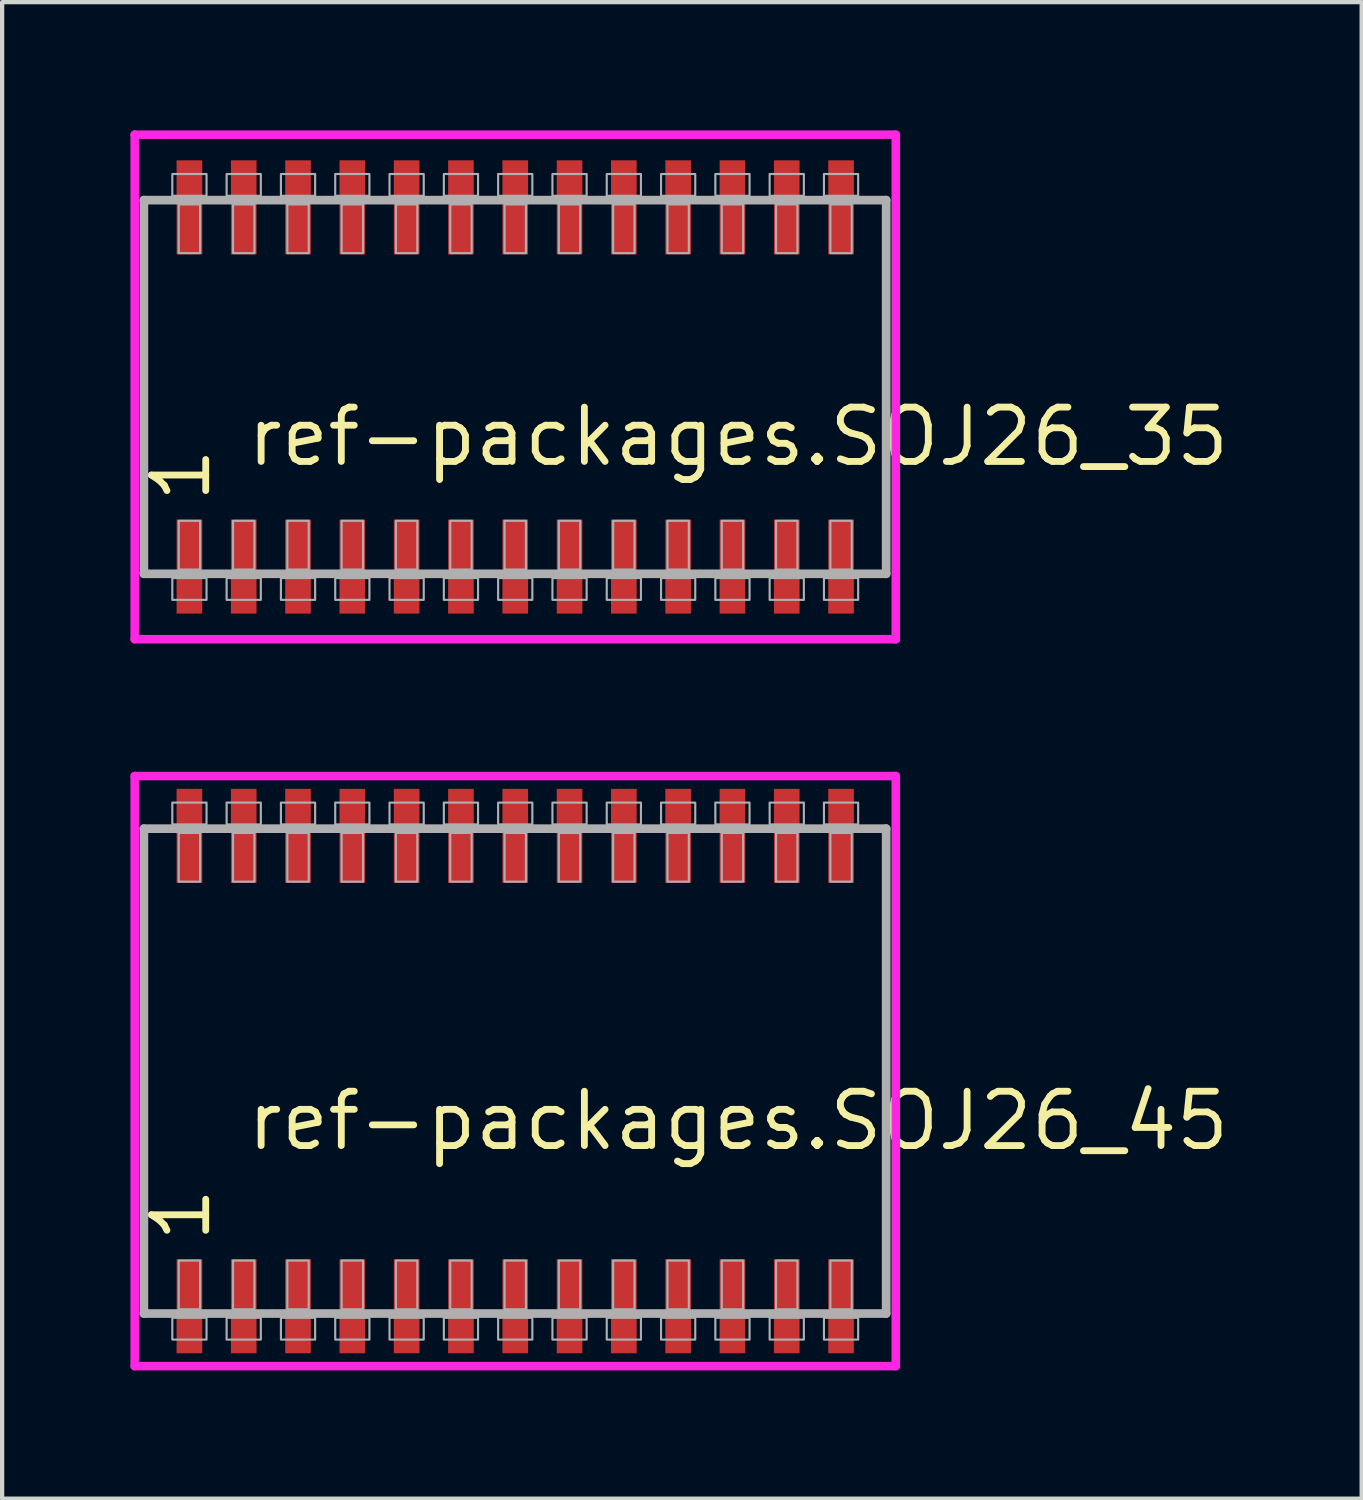
<source format=kicad_pcb>
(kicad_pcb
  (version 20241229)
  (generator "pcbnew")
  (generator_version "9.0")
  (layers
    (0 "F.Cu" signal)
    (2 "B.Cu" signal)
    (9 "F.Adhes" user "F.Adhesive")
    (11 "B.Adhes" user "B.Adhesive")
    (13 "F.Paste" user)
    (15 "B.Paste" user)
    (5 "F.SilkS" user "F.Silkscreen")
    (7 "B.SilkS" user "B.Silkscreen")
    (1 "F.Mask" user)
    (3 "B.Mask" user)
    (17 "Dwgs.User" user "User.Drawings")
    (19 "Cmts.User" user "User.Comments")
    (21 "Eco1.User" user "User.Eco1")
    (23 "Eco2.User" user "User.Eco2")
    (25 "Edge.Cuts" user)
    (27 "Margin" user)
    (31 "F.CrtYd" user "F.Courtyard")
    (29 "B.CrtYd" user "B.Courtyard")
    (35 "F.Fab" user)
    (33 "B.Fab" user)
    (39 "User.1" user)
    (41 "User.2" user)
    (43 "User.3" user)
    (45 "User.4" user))
  (footprint "ref-packages.SOJ26_35"
    (layer "F.Cu")
    (at 9 6)
    (property "Reference" "ref-packages.SOJ26_35" (at -6.35 1.905 0) (layer "F.SilkS") (effects (font (size 1.27 1.27) (thickness 0.16)) (justify left bottom)))
    (attr smd)
    (fp_line (start -8.9 -5.9) (end 8.9 -5.9) (stroke (width 0.2) (type default)) (layer "F.CrtYd"))
    (fp_line (start -8.9 5.9) (end -8.9 -5.9) (stroke (width 0.2) (type default)) (layer "F.CrtYd"))
    (fp_line (start 8.9 -5.9) (end 8.9 5.9) (stroke (width 0.2) (type default)) (layer "F.CrtYd"))
    (fp_line (start 8.9 5.9) (end -8.9 5.9) (stroke (width 0.2) (type default)) (layer "F.CrtYd"))
    (fp_line (start -8.685 -4.37) (end 8.675 -4.37) (stroke (width 0.203) (type default)) (layer "F.Fab"))
    (fp_line (start -8.685 4.37) (end -8.685 -4.37) (stroke (width 0.203) (type default)) (layer "F.Fab"))
    (fp_line (start 8.675 -4.37) (end 8.675 4.37) (stroke (width 0.203) (type default)) (layer "F.Fab"))
    (fp_line (start 8.675 4.37) (end -8.685 4.37) (stroke (width 0.203) (type default)) (layer "F.Fab"))
    (fp_rect (start -8.02 -4.47) (end -7.22 -4.98) (stroke (width 0.05) (type default)) (fill no) (layer "F.Fab"))
    (fp_rect (start -8.02 4.98) (end -7.22 4.47) (stroke (width 0.05) (type default)) (fill no) (layer "F.Fab"))
    (fp_rect (start -7.87 -3.13) (end -7.37 -4.27) (stroke (width 0.05) (type default)) (fill no) (layer "F.Fab"))
    (fp_rect (start -7.87 4.27) (end -7.37 3.13) (stroke (width 0.05) (type default)) (fill no) (layer "F.Fab"))
    (fp_rect (start -6.75 -4.47) (end -5.95 -4.98) (stroke (width 0.05) (type default)) (fill no) (layer "F.Fab"))
    (fp_rect (start -6.75 4.98) (end -5.95 4.47) (stroke (width 0.05) (type default)) (fill no) (layer "F.Fab"))
    (fp_rect (start -6.6 -3.13) (end -6.1 -4.27) (stroke (width 0.05) (type default)) (fill no) (layer "F.Fab"))
    (fp_rect (start -6.6 4.27) (end -6.1 3.13) (stroke (width 0.05) (type default)) (fill no) (layer "F.Fab"))
    (fp_rect (start -5.48 -4.47) (end -4.68 -4.98) (stroke (width 0.05) (type default)) (fill no) (layer "F.Fab"))
    (fp_rect (start -5.48 4.98) (end -4.68 4.47) (stroke (width 0.05) (type default)) (fill no) (layer "F.Fab"))
    (fp_rect (start -5.33 -3.13) (end -4.83 -4.27) (stroke (width 0.05) (type default)) (fill no) (layer "F.Fab"))
    (fp_rect (start -5.33 4.27) (end -4.83 3.13) (stroke (width 0.05) (type default)) (fill no) (layer "F.Fab"))
    (fp_rect (start -4.21 -4.47) (end -3.41 -4.98) (stroke (width 0.05) (type default)) (fill no) (layer "F.Fab"))
    (fp_rect (start -4.21 4.98) (end -3.41 4.47) (stroke (width 0.05) (type default)) (fill no) (layer "F.Fab"))
    (fp_rect (start -4.06 -3.13) (end -3.56 -4.27) (stroke (width 0.05) (type default)) (fill no) (layer "F.Fab"))
    (fp_rect (start -4.06 4.27) (end -3.56 3.13) (stroke (width 0.05) (type default)) (fill no) (layer "F.Fab"))
    (fp_rect (start -2.94 -4.47) (end -2.14 -4.98) (stroke (width 0.05) (type default)) (fill no) (layer "F.Fab"))
    (fp_rect (start -2.94 4.98) (end -2.14 4.47) (stroke (width 0.05) (type default)) (fill no) (layer "F.Fab"))
    (fp_rect (start -2.79 -3.13) (end -2.29 -4.27) (stroke (width 0.05) (type default)) (fill no) (layer "F.Fab"))
    (fp_rect (start -2.79 4.27) (end -2.29 3.13) (stroke (width 0.05) (type default)) (fill no) (layer "F.Fab"))
    (fp_rect (start -1.67 -4.47) (end -0.87 -4.98) (stroke (width 0.05) (type default)) (fill no) (layer "F.Fab"))
    (fp_rect (start -1.67 4.98) (end -0.87 4.47) (stroke (width 0.05) (type default)) (fill no) (layer "F.Fab"))
    (fp_rect (start -1.52 -3.13) (end -1.02 -4.27) (stroke (width 0.05) (type default)) (fill no) (layer "F.Fab"))
    (fp_rect (start -1.52 4.27) (end -1.02 3.13) (stroke (width 0.05) (type default)) (fill no) (layer "F.Fab"))
    (fp_rect (start -0.4 -4.47) (end 0.4 -4.98) (stroke (width 0.05) (type default)) (fill no) (layer "F.Fab"))
    (fp_rect (start -0.4 4.98) (end 0.4 4.47) (stroke (width 0.05) (type default)) (fill no) (layer "F.Fab"))
    (fp_rect (start -0.25 -3.13) (end 0.25 -4.27) (stroke (width 0.05) (type default)) (fill no) (layer "F.Fab"))
    (fp_rect (start -0.25 4.27) (end 0.25 3.13) (stroke (width 0.05) (type default)) (fill no) (layer "F.Fab"))
    (fp_rect (start 0.87 -4.47) (end 1.67 -4.98) (stroke (width 0.05) (type default)) (fill no) (layer "F.Fab"))
    (fp_rect (start 0.87 4.98) (end 1.67 4.47) (stroke (width 0.05) (type default)) (fill no) (layer "F.Fab"))
    (fp_rect (start 1.02 -3.13) (end 1.52 -4.27) (stroke (width 0.05) (type default)) (fill no) (layer "F.Fab"))
    (fp_rect (start 1.02 4.27) (end 1.52 3.13) (stroke (width 0.05) (type default)) (fill no) (layer "F.Fab"))
    (fp_rect (start 2.14 -4.47) (end 2.94 -4.98) (stroke (width 0.05) (type default)) (fill no) (layer "F.Fab"))
    (fp_rect (start 2.14 4.98) (end 2.94 4.47) (stroke (width 0.05) (type default)) (fill no) (layer "F.Fab"))
    (fp_rect (start 2.29 -3.13) (end 2.79 -4.27) (stroke (width 0.05) (type default)) (fill no) (layer "F.Fab"))
    (fp_rect (start 2.29 4.27) (end 2.79 3.13) (stroke (width 0.05) (type default)) (fill no) (layer "F.Fab"))
    (fp_rect (start 3.41 -4.47) (end 4.21 -4.98) (stroke (width 0.05) (type default)) (fill no) (layer "F.Fab"))
    (fp_rect (start 3.41 4.98) (end 4.21 4.47) (stroke (width 0.05) (type default)) (fill no) (layer "F.Fab"))
    (fp_rect (start 3.56 -3.13) (end 4.06 -4.27) (stroke (width 0.05) (type default)) (fill no) (layer "F.Fab"))
    (fp_rect (start 3.56 4.27) (end 4.06 3.13) (stroke (width 0.05) (type default)) (fill no) (layer "F.Fab"))
    (fp_rect (start 4.68 -4.47) (end 5.48 -4.98) (stroke (width 0.05) (type default)) (fill no) (layer "F.Fab"))
    (fp_rect (start 4.68 4.98) (end 5.48 4.47) (stroke (width 0.05) (type default)) (fill no) (layer "F.Fab"))
    (fp_rect (start 4.83 -3.13) (end 5.33 -4.27) (stroke (width 0.05) (type default)) (fill no) (layer "F.Fab"))
    (fp_rect (start 4.83 4.27) (end 5.33 3.13) (stroke (width 0.05) (type default)) (fill no) (layer "F.Fab"))
    (fp_rect (start 5.95 -4.47) (end 6.75 -4.98) (stroke (width 0.05) (type default)) (fill no) (layer "F.Fab"))
    (fp_rect (start 5.95 4.98) (end 6.75 4.47) (stroke (width 0.05) (type default)) (fill no) (layer "F.Fab"))
    (fp_rect (start 6.1 -3.13) (end 6.6 -4.27) (stroke (width 0.05) (type default)) (fill no) (layer "F.Fab"))
    (fp_rect (start 6.1 4.27) (end 6.6 3.13) (stroke (width 0.05) (type default)) (fill no) (layer "F.Fab"))
    (fp_rect (start 7.22 -4.47) (end 8.02 -4.98) (stroke (width 0.05) (type default)) (fill no) (layer "F.Fab"))
    (fp_rect (start 7.22 4.98) (end 8.02 4.47) (stroke (width 0.05) (type default)) (fill no) (layer "F.Fab"))
    (fp_rect (start 7.37 -3.13) (end 7.87 -4.27) (stroke (width 0.05) (type default)) (fill no) (layer "F.Fab"))
    (fp_rect (start 7.37 4.27) (end 7.87 3.13) (stroke (width 0.05) (type default)) (fill no) (layer "F.Fab"))
    (fp_text user "1" (at -7.075 2.77 90) (layer "F.SilkS") (effects (font (size 1.27 1.27) (thickness 0.16)) (justify left bottom)))
    (pad "1" smd roundrect (at -7.62 4.2) (size 0.6 2.2) (layers "F.Cu" "F.Mask" "F.Paste") (roundrect_rratio 0.01))
    (pad "2" smd roundrect (at -6.35 4.2) (size 0.6 2.2) (layers "F.Cu" "F.Mask" "F.Paste") (roundrect_rratio 0.01))
    (pad "3" smd roundrect (at -5.08 4.2) (size 0.6 2.2) (layers "F.Cu" "F.Mask" "F.Paste") (roundrect_rratio 0.01))
    (pad "4" smd roundrect (at -3.81 4.2) (size 0.6 2.2) (layers "F.Cu" "F.Mask" "F.Paste") (roundrect_rratio 0.01))
    (pad "5" smd roundrect (at -2.54 4.2) (size 0.6 2.2) (layers "F.Cu" "F.Mask" "F.Paste") (roundrect_rratio 0.01))
    (pad "6" smd roundrect (at -1.27 4.2) (size 0.6 2.2) (layers "F.Cu" "F.Mask" "F.Paste") (roundrect_rratio 0.01))
    (pad "7" smd roundrect (at 0 4.2) (size 0.6 2.2) (layers "F.Cu" "F.Mask" "F.Paste") (roundrect_rratio 0.01))
    (pad "8" smd roundrect (at 1.27 4.2) (size 0.6 2.2) (layers "F.Cu" "F.Mask" "F.Paste") (roundrect_rratio 0.01))
    (pad "9" smd roundrect (at 2.54 4.2) (size 0.6 2.2) (layers "F.Cu" "F.Mask" "F.Paste") (roundrect_rratio 0.01))
    (pad "10" smd roundrect (at 3.81 4.2) (size 0.6 2.2) (layers "F.Cu" "F.Mask" "F.Paste") (roundrect_rratio 0.01))
    (pad "11" smd roundrect (at 5.08 4.2) (size 0.6 2.2) (layers "F.Cu" "F.Mask" "F.Paste") (roundrect_rratio 0.01))
    (pad "12" smd roundrect (at 6.35 4.2) (size 0.6 2.2) (layers "F.Cu" "F.Mask" "F.Paste") (roundrect_rratio 0.01))
    (pad "13" smd roundrect (at 7.62 4.2) (size 0.6 2.2) (layers "F.Cu" "F.Mask" "F.Paste") (roundrect_rratio 0.01))
    (pad "14" smd roundrect (at 7.62 -4.2) (size 0.6 2.2) (layers "F.Cu" "F.Mask" "F.Paste") (roundrect_rratio 0.01))
    (pad "15" smd roundrect (at 6.35 -4.2) (size 0.6 2.2) (layers "F.Cu" "F.Mask" "F.Paste") (roundrect_rratio 0.01))
    (pad "16" smd roundrect (at 5.08 -4.2) (size 0.6 2.2) (layers "F.Cu" "F.Mask" "F.Paste") (roundrect_rratio 0.01))
    (pad "17" smd roundrect (at 3.81 -4.2) (size 0.6 2.2) (layers "F.Cu" "F.Mask" "F.Paste") (roundrect_rratio 0.01))
    (pad "18" smd roundrect (at 2.54 -4.2) (size 0.6 2.2) (layers "F.Cu" "F.Mask" "F.Paste") (roundrect_rratio 0.01))
    (pad "19" smd roundrect (at 1.27 -4.2) (size 0.6 2.2) (layers "F.Cu" "F.Mask" "F.Paste") (roundrect_rratio 0.01))
    (pad "20" smd roundrect (at 0 -4.2) (size 0.6 2.2) (layers "F.Cu" "F.Mask" "F.Paste") (roundrect_rratio 0.01))
    (pad "21" smd roundrect (at -1.27 -4.2) (size 0.6 2.2) (layers "F.Cu" "F.Mask" "F.Paste") (roundrect_rratio 0.01))
    (pad "22" smd roundrect (at -2.54 -4.2) (size 0.6 2.2) (layers "F.Cu" "F.Mask" "F.Paste") (roundrect_rratio 0.01))
    (pad "23" smd roundrect (at -3.81 -4.2) (size 0.6 2.2) (layers "F.Cu" "F.Mask" "F.Paste") (roundrect_rratio 0.01))
    (pad "24" smd roundrect (at -5.08 -4.2) (size 0.6 2.2) (layers "F.Cu" "F.Mask" "F.Paste") (roundrect_rratio 0.01))
    (pad "25" smd roundrect (at -6.35 -4.2) (size 0.6 2.2) (layers "F.Cu" "F.Mask" "F.Paste") (roundrect_rratio 0.01))
    (pad "26" smd roundrect (at -7.62 -4.2) (size 0.6 2.2) (layers "F.Cu" "F.Mask" "F.Paste") (roundrect_rratio 0.01)))
  (footprint "ref-packages.SOJ26_45"
    (layer "F.Cu")
    (at 9 22)
    (property "Reference" "ref-packages.SOJ26_45" (at -6.35 1.905 0) (layer "F.SilkS") (effects (font (size 1.27 1.27) (thickness 0.16)) (justify left bottom)))
    (attr smd)
    (fp_line (start -8.9 -6.9) (end 8.9 -6.9) (stroke (width 0.2) (type default)) (layer "F.CrtYd"))
    (fp_line (start -8.9 6.9) (end -8.9 -6.9) (stroke (width 0.2) (type default)) (layer "F.CrtYd"))
    (fp_line (start 8.9 -6.9) (end 8.9 6.9) (stroke (width 0.2) (type default)) (layer "F.CrtYd"))
    (fp_line (start 8.9 6.9) (end -8.9 6.9) (stroke (width 0.2) (type default)) (layer "F.CrtYd"))
    (fp_line (start -8.685 -5.67) (end 8.675 -5.67) (stroke (width 0.203) (type default)) (layer "F.Fab"))
    (fp_line (start -8.685 5.67) (end -8.685 -5.67) (stroke (width 0.203) (type default)) (layer "F.Fab"))
    (fp_line (start 8.675 -5.67) (end 8.675 5.67) (stroke (width 0.203) (type default)) (layer "F.Fab"))
    (fp_line (start 8.675 5.67) (end -8.685 5.67) (stroke (width 0.203) (type default)) (layer "F.Fab"))
    (fp_rect (start -8.02 -5.77) (end -7.22 -6.28) (stroke (width 0.05) (type default)) (fill no) (layer "F.Fab"))
    (fp_rect (start -8.02 6.28) (end -7.22 5.77) (stroke (width 0.05) (type default)) (fill no) (layer "F.Fab"))
    (fp_rect (start -7.87 -4.43) (end -7.37 -5.57) (stroke (width 0.05) (type default)) (fill no) (layer "F.Fab"))
    (fp_rect (start -7.87 5.57) (end -7.37 4.43) (stroke (width 0.05) (type default)) (fill no) (layer "F.Fab"))
    (fp_rect (start -6.75 -5.77) (end -5.95 -6.28) (stroke (width 0.05) (type default)) (fill no) (layer "F.Fab"))
    (fp_rect (start -6.75 6.28) (end -5.95 5.77) (stroke (width 0.05) (type default)) (fill no) (layer "F.Fab"))
    (fp_rect (start -6.6 -4.43) (end -6.1 -5.57) (stroke (width 0.05) (type default)) (fill no) (layer "F.Fab"))
    (fp_rect (start -6.6 5.57) (end -6.1 4.43) (stroke (width 0.05) (type default)) (fill no) (layer "F.Fab"))
    (fp_rect (start -5.48 -5.77) (end -4.68 -6.28) (stroke (width 0.05) (type default)) (fill no) (layer "F.Fab"))
    (fp_rect (start -5.48 6.28) (end -4.68 5.77) (stroke (width 0.05) (type default)) (fill no) (layer "F.Fab"))
    (fp_rect (start -5.33 -4.43) (end -4.83 -5.57) (stroke (width 0.05) (type default)) (fill no) (layer "F.Fab"))
    (fp_rect (start -5.33 5.57) (end -4.83 4.43) (stroke (width 0.05) (type default)) (fill no) (layer "F.Fab"))
    (fp_rect (start -4.21 -5.77) (end -3.41 -6.28) (stroke (width 0.05) (type default)) (fill no) (layer "F.Fab"))
    (fp_rect (start -4.21 6.28) (end -3.41 5.77) (stroke (width 0.05) (type default)) (fill no) (layer "F.Fab"))
    (fp_rect (start -4.06 -4.43) (end -3.56 -5.57) (stroke (width 0.05) (type default)) (fill no) (layer "F.Fab"))
    (fp_rect (start -4.06 5.57) (end -3.56 4.43) (stroke (width 0.05) (type default)) (fill no) (layer "F.Fab"))
    (fp_rect (start -2.94 -5.77) (end -2.14 -6.28) (stroke (width 0.05) (type default)) (fill no) (layer "F.Fab"))
    (fp_rect (start -2.94 6.28) (end -2.14 5.77) (stroke (width 0.05) (type default)) (fill no) (layer "F.Fab"))
    (fp_rect (start -2.79 -4.43) (end -2.29 -5.57) (stroke (width 0.05) (type default)) (fill no) (layer "F.Fab"))
    (fp_rect (start -2.79 5.57) (end -2.29 4.43) (stroke (width 0.05) (type default)) (fill no) (layer "F.Fab"))
    (fp_rect (start -1.67 -5.77) (end -0.87 -6.28) (stroke (width 0.05) (type default)) (fill no) (layer "F.Fab"))
    (fp_rect (start -1.67 6.28) (end -0.87 5.77) (stroke (width 0.05) (type default)) (fill no) (layer "F.Fab"))
    (fp_rect (start -1.52 -4.43) (end -1.02 -5.57) (stroke (width 0.05) (type default)) (fill no) (layer "F.Fab"))
    (fp_rect (start -1.52 5.57) (end -1.02 4.43) (stroke (width 0.05) (type default)) (fill no) (layer "F.Fab"))
    (fp_rect (start -0.4 -5.77) (end 0.4 -6.28) (stroke (width 0.05) (type default)) (fill no) (layer "F.Fab"))
    (fp_rect (start -0.4 6.28) (end 0.4 5.77) (stroke (width 0.05) (type default)) (fill no) (layer "F.Fab"))
    (fp_rect (start -0.25 -4.43) (end 0.25 -5.57) (stroke (width 0.05) (type default)) (fill no) (layer "F.Fab"))
    (fp_rect (start -0.25 5.57) (end 0.25 4.43) (stroke (width 0.05) (type default)) (fill no) (layer "F.Fab"))
    (fp_rect (start 0.87 -5.77) (end 1.67 -6.28) (stroke (width 0.05) (type default)) (fill no) (layer "F.Fab"))
    (fp_rect (start 0.87 6.28) (end 1.67 5.77) (stroke (width 0.05) (type default)) (fill no) (layer "F.Fab"))
    (fp_rect (start 1.02 -4.43) (end 1.52 -5.57) (stroke (width 0.05) (type default)) (fill no) (layer "F.Fab"))
    (fp_rect (start 1.02 5.57) (end 1.52 4.43) (stroke (width 0.05) (type default)) (fill no) (layer "F.Fab"))
    (fp_rect (start 2.14 -5.77) (end 2.94 -6.28) (stroke (width 0.05) (type default)) (fill no) (layer "F.Fab"))
    (fp_rect (start 2.14 6.28) (end 2.94 5.77) (stroke (width 0.05) (type default)) (fill no) (layer "F.Fab"))
    (fp_rect (start 2.29 -4.43) (end 2.79 -5.57) (stroke (width 0.05) (type default)) (fill no) (layer "F.Fab"))
    (fp_rect (start 2.29 5.57) (end 2.79 4.43) (stroke (width 0.05) (type default)) (fill no) (layer "F.Fab"))
    (fp_rect (start 3.41 -5.77) (end 4.21 -6.28) (stroke (width 0.05) (type default)) (fill no) (layer "F.Fab"))
    (fp_rect (start 3.41 6.28) (end 4.21 5.77) (stroke (width 0.05) (type default)) (fill no) (layer "F.Fab"))
    (fp_rect (start 3.56 -4.43) (end 4.06 -5.57) (stroke (width 0.05) (type default)) (fill no) (layer "F.Fab"))
    (fp_rect (start 3.56 5.57) (end 4.06 4.43) (stroke (width 0.05) (type default)) (fill no) (layer "F.Fab"))
    (fp_rect (start 4.68 -5.77) (end 5.48 -6.28) (stroke (width 0.05) (type default)) (fill no) (layer "F.Fab"))
    (fp_rect (start 4.68 6.28) (end 5.48 5.77) (stroke (width 0.05) (type default)) (fill no) (layer "F.Fab"))
    (fp_rect (start 4.83 -4.43) (end 5.33 -5.57) (stroke (width 0.05) (type default)) (fill no) (layer "F.Fab"))
    (fp_rect (start 4.83 5.57) (end 5.33 4.43) (stroke (width 0.05) (type default)) (fill no) (layer "F.Fab"))
    (fp_rect (start 5.95 -5.77) (end 6.75 -6.28) (stroke (width 0.05) (type default)) (fill no) (layer "F.Fab"))
    (fp_rect (start 5.95 6.28) (end 6.75 5.77) (stroke (width 0.05) (type default)) (fill no) (layer "F.Fab"))
    (fp_rect (start 6.1 -4.43) (end 6.6 -5.57) (stroke (width 0.05) (type default)) (fill no) (layer "F.Fab"))
    (fp_rect (start 6.1 5.57) (end 6.6 4.43) (stroke (width 0.05) (type default)) (fill no) (layer "F.Fab"))
    (fp_rect (start 7.22 -5.77) (end 8.02 -6.28) (stroke (width 0.05) (type default)) (fill no) (layer "F.Fab"))
    (fp_rect (start 7.22 6.28) (end 8.02 5.77) (stroke (width 0.05) (type default)) (fill no) (layer "F.Fab"))
    (fp_rect (start 7.37 -4.43) (end 7.87 -5.57) (stroke (width 0.05) (type default)) (fill no) (layer "F.Fab"))
    (fp_rect (start 7.37 5.57) (end 7.87 4.43) (stroke (width 0.05) (type default)) (fill no) (layer "F.Fab"))
    (fp_text user "1" (at -7.075 4.07 90) (layer "F.SilkS") (effects (font (size 1.27 1.27) (thickness 0.16)) (justify left bottom)))
    (pad "1" smd roundrect (at -7.62 5.5) (size 0.6 2.2) (layers "F.Cu" "F.Mask" "F.Paste") (roundrect_rratio 0.01))
    (pad "2" smd roundrect (at -6.35 5.5) (size 0.6 2.2) (layers "F.Cu" "F.Mask" "F.Paste") (roundrect_rratio 0.01))
    (pad "3" smd roundrect (at -5.08 5.5) (size 0.6 2.2) (layers "F.Cu" "F.Mask" "F.Paste") (roundrect_rratio 0.01))
    (pad "4" smd roundrect (at -3.81 5.5) (size 0.6 2.2) (layers "F.Cu" "F.Mask" "F.Paste") (roundrect_rratio 0.01))
    (pad "5" smd roundrect (at -2.54 5.5) (size 0.6 2.2) (layers "F.Cu" "F.Mask" "F.Paste") (roundrect_rratio 0.01))
    (pad "6" smd roundrect (at -1.27 5.5) (size 0.6 2.2) (layers "F.Cu" "F.Mask" "F.Paste") (roundrect_rratio 0.01))
    (pad "7" smd roundrect (at 0 5.5) (size 0.6 2.2) (layers "F.Cu" "F.Mask" "F.Paste") (roundrect_rratio 0.01))
    (pad "8" smd roundrect (at 1.27 5.5) (size 0.6 2.2) (layers "F.Cu" "F.Mask" "F.Paste") (roundrect_rratio 0.01))
    (pad "9" smd roundrect (at 2.54 5.5) (size 0.6 2.2) (layers "F.Cu" "F.Mask" "F.Paste") (roundrect_rratio 0.01))
    (pad "10" smd roundrect (at 3.81 5.5) (size 0.6 2.2) (layers "F.Cu" "F.Mask" "F.Paste") (roundrect_rratio 0.01))
    (pad "11" smd roundrect (at 5.08 5.5) (size 0.6 2.2) (layers "F.Cu" "F.Mask" "F.Paste") (roundrect_rratio 0.01))
    (pad "12" smd roundrect (at 6.35 5.5) (size 0.6 2.2) (layers "F.Cu" "F.Mask" "F.Paste") (roundrect_rratio 0.01))
    (pad "13" smd roundrect (at 7.62 5.5) (size 0.6 2.2) (layers "F.Cu" "F.Mask" "F.Paste") (roundrect_rratio 0.01))
    (pad "14" smd roundrect (at 7.62 -5.5) (size 0.6 2.2) (layers "F.Cu" "F.Mask" "F.Paste") (roundrect_rratio 0.01))
    (pad "15" smd roundrect (at 6.35 -5.5) (size 0.6 2.2) (layers "F.Cu" "F.Mask" "F.Paste") (roundrect_rratio 0.01))
    (pad "16" smd roundrect (at 5.08 -5.5) (size 0.6 2.2) (layers "F.Cu" "F.Mask" "F.Paste") (roundrect_rratio 0.01))
    (pad "17" smd roundrect (at 3.81 -5.5) (size 0.6 2.2) (layers "F.Cu" "F.Mask" "F.Paste") (roundrect_rratio 0.01))
    (pad "18" smd roundrect (at 2.54 -5.5) (size 0.6 2.2) (layers "F.Cu" "F.Mask" "F.Paste") (roundrect_rratio 0.01))
    (pad "19" smd roundrect (at 1.27 -5.5) (size 0.6 2.2) (layers "F.Cu" "F.Mask" "F.Paste") (roundrect_rratio 0.01))
    (pad "20" smd roundrect (at 0 -5.5) (size 0.6 2.2) (layers "F.Cu" "F.Mask" "F.Paste") (roundrect_rratio 0.01))
    (pad "21" smd roundrect (at -1.27 -5.5) (size 0.6 2.2) (layers "F.Cu" "F.Mask" "F.Paste") (roundrect_rratio 0.01))
    (pad "22" smd roundrect (at -2.54 -5.5) (size 0.6 2.2) (layers "F.Cu" "F.Mask" "F.Paste") (roundrect_rratio 0.01))
    (pad "23" smd roundrect (at -3.81 -5.5) (size 0.6 2.2) (layers "F.Cu" "F.Mask" "F.Paste") (roundrect_rratio 0.01))
    (pad "24" smd roundrect (at -5.08 -5.5) (size 0.6 2.2) (layers "F.Cu" "F.Mask" "F.Paste") (roundrect_rratio 0.01))
    (pad "25" smd roundrect (at -6.35 -5.5) (size 0.6 2.2) (layers "F.Cu" "F.Mask" "F.Paste") (roundrect_rratio 0.01))
    (pad "26" smd roundrect (at -7.62 -5.5) (size 0.6 2.2) (layers "F.Cu" "F.Mask" "F.Paste") (roundrect_rratio 0.01)))
  (gr_rect
    (start -3 -3)
    (end 28.796 32)
    (stroke (width 0.1) (type default))
    (fill no)
    (layer "Edge.Cuts")))
</source>
